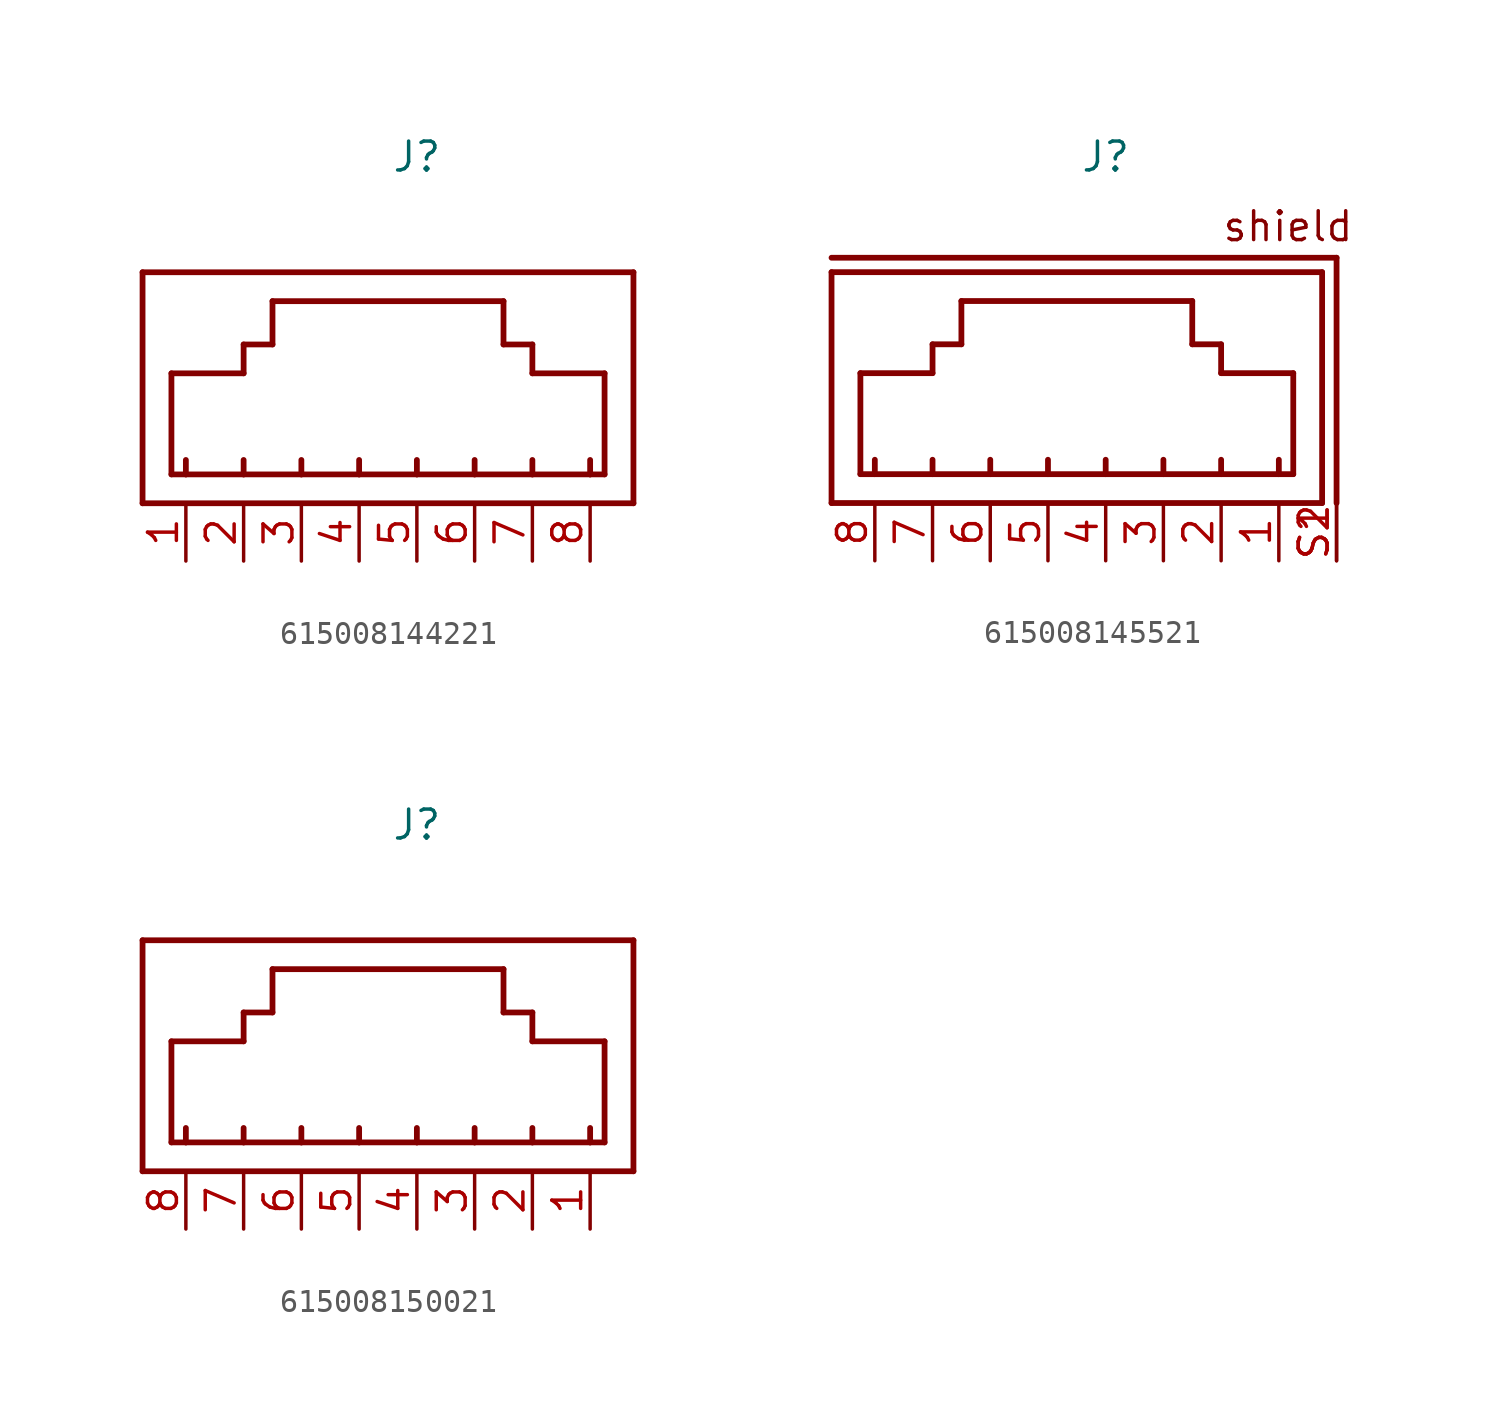
<source format=kicad_sym>
(kicad_symbol_lib
  (version 20241209)
  (generator "kicad_symbol_editor")
  (generator_version "9.0")
  (symbol "615008144221"
    (pin_names
      (hide yes))
    (property "Reference" "J"
      (at 0 10.16 0)
      (effects (font (size 1.27 1.27))))
    (symbol "615008144221_1_0"
      (polyline (pts (xy -12.065 5.08) (xy 9.525 5.08)) (stroke (width 0.254) (type solid)) (fill (type none)))
      (polyline (pts (xy -12.065 -5.08) (xy -12.065 5.08)) (stroke (width 0.254) (type solid)) (fill (type none)))
      (polyline (pts (xy -10.795 0.635) (xy -7.62 0.635)) (stroke (width 0.254) (type solid)) (fill (type none)))
      (polyline (pts (xy -10.795 -3.81) (xy -10.795 0.635)) (stroke (width 0.254) (type solid)) (fill (type none)))
      (polyline (pts (xy -10.16 -3.81) (xy -10.795 -3.81)) (stroke (width 0.254) (type solid)) (fill (type none)))
      (polyline (pts (xy -10.16 -3.81) (xy -10.16 -3.175)) (stroke (width 0.254) (type solid)) (fill (type none)))
      (polyline (pts (xy -7.62 1.905) (xy -6.35 1.905)) (stroke (width 0.254) (type solid)) (fill (type none)))
      (polyline (pts (xy -7.62 0.635) (xy -7.62 1.905)) (stroke (width 0.254) (type solid)) (fill (type none)))
      (polyline (pts (xy -7.62 -3.81) (xy -10.16 -3.81)) (stroke (width 0.254) (type solid)) (fill (type none)))
      (polyline (pts (xy -7.62 -3.81) (xy -7.62 -3.175)) (stroke (width 0.254) (type solid)) (fill (type none)))
      (polyline (pts (xy -6.35 3.81) (xy 3.81 3.81)) (stroke (width 0.254) (type solid)) (fill (type none)))
      (polyline (pts (xy -6.35 1.905) (xy -6.35 3.81)) (stroke (width 0.254) (type solid)) (fill (type none)))
      (polyline (pts (xy -5.08 -3.81) (xy -7.62 -3.81)) (stroke (width 0.254) (type solid)) (fill (type none)))
      (polyline (pts (xy -5.08 -3.81) (xy -5.08 -3.175)) (stroke (width 0.254) (type solid)) (fill (type none)))
      (polyline (pts (xy -2.54 -3.81) (xy -5.08 -3.81)) (stroke (width 0.254) (type solid)) (fill (type none)))
      (polyline (pts (xy -2.54 -3.81) (xy -2.54 -3.175)) (stroke (width 0.254) (type solid)) (fill (type none)))
      (polyline (pts (xy 0 -3.81) (xy -2.54 -3.81)) (stroke (width 0.254) (type solid)) (fill (type none)))
      (polyline (pts (xy 0 -3.81) (xy 0 -3.175)) (stroke (width 0.254) (type solid)) (fill (type none)))
      (polyline (pts (xy 2.54 -3.175) (xy 2.54 -3.81)) (stroke (width 0.254) (type solid)) (fill (type none)))
      (polyline (pts (xy 2.54 -3.81) (xy 0 -3.81)) (stroke (width 0.254) (type solid)) (fill (type none)))
      (polyline (pts (xy 3.81 1.905) (xy 3.81 3.81)) (stroke (width 0.254) (type solid)) (fill (type none)))
      (polyline (pts (xy 5.08 1.905) (xy 3.81 1.905)) (stroke (width 0.254) (type solid)) (fill (type none)))
      (polyline (pts (xy 5.08 0.635) (xy 5.08 1.905)) (stroke (width 0.254) (type solid)) (fill (type none)))
      (polyline (pts (xy 5.08 -3.175) (xy 5.08 -3.81)) (stroke (width 0.254) (type solid)) (fill (type none)))
      (polyline (pts (xy 5.08 -3.81) (xy 2.54 -3.81)) (stroke (width 0.254) (type solid)) (fill (type none)))
      (polyline (pts (xy 7.62 -3.175) (xy 7.62 -3.81)) (stroke (width 0.254) (type solid)) (fill (type none)))
      (polyline (pts (xy 7.62 -3.81) (xy 5.08 -3.81)) (stroke (width 0.254) (type solid)) (fill (type none)))
      (polyline (pts (xy 8.255 0.635) (xy 5.08 0.635)) (stroke (width 0.254) (type solid)) (fill (type none)))
      (polyline (pts (xy 8.255 0.635) (xy 8.255 -3.81)) (stroke (width 0.254) (type solid)) (fill (type none)))
      (polyline (pts (xy 8.255 -3.81) (xy 7.62 -3.81)) (stroke (width 0.254) (type solid)) (fill (type none)))
      (polyline (pts (xy 9.525 5.08) (xy 9.525 -5.08)) (stroke (width 0.254) (type solid)) (fill (type none)))
      (polyline (pts (xy 9.525 -5.08) (xy -12.065 -5.08)) (stroke (width 0.254) (type solid)) (fill (type none)))
      (pin passive line (at -10.16 -7.62 90) (length 2.54) (name "1" (effects (font (size 1.27 1.27)))) (number "1" (effects (font (size 1.27 1.27)))))
      (pin passive line (at -7.62 -7.62 90) (length 2.54) (name "2" (effects (font (size 1.27 1.27)))) (number "2" (effects (font (size 1.27 1.27)))))
      (pin passive line (at -5.08 -7.62 90) (length 2.54) (name "3" (effects (font (size 1.27 1.27)))) (number "3" (effects (font (size 1.27 1.27)))))
      (pin passive line (at -2.54 -7.62 90) (length 2.54) (name "4" (effects (font (size 1.27 1.27)))) (number "4" (effects (font (size 1.27 1.27)))))
      (pin passive line (at 0 -7.62 90) (length 2.54) (name "5" (effects (font (size 1.27 1.27)))) (number "5" (effects (font (size 1.27 1.27)))))
      (pin passive line (at 2.54 -7.62 90) (length 2.54) (name "6" (effects (font (size 1.27 1.27)))) (number "6" (effects (font (size 1.27 1.27)))))
      (pin passive line (at 5.08 -7.62 90) (length 2.54) (name "7" (effects (font (size 1.27 1.27)))) (number "7" (effects (font (size 1.27 1.27)))))
      (pin passive line (at 7.62 -7.62 90) (length 2.54) (name "8" (effects (font (size 1.27 1.27)))) (number "8" (effects (font (size 1.27 1.27)))))))
  (symbol "615008145521"
    (pin_names
      (hide yes))
    (property "Reference" "J"
      (at 0 10.16 0)
      (effects (font (size 1.27 1.27))))
    (symbol "615008145521_1_0"
      (polyline (pts (xy -12.065 5.715) (xy 10.16 5.715)) (stroke (width 0.254) (type solid)) (fill (type none)))
      (polyline (pts (xy -12.065 5.08) (xy 9.525 5.08)) (stroke (width 0.254) (type solid)) (fill (type none)))
      (polyline (pts (xy -12.065 -5.08) (xy -12.065 5.08)) (stroke (width 0.254) (type solid)) (fill (type none)))
      (polyline (pts (xy -10.795 0.635) (xy -7.62 0.635)) (stroke (width 0.254) (type solid)) (fill (type none)))
      (polyline (pts (xy -10.795 -3.81) (xy -10.795 0.635)) (stroke (width 0.254) (type solid)) (fill (type none)))
      (polyline (pts (xy -10.16 -3.81) (xy -10.795 -3.81)) (stroke (width 0.254) (type solid)) (fill (type none)))
      (polyline (pts (xy -10.16 -3.81) (xy -10.16 -3.175)) (stroke (width 0.254) (type solid)) (fill (type none)))
      (polyline (pts (xy -7.62 1.905) (xy -6.35 1.905)) (stroke (width 0.254) (type solid)) (fill (type none)))
      (polyline (pts (xy -7.62 0.635) (xy -7.62 1.905)) (stroke (width 0.254) (type solid)) (fill (type none)))
      (polyline (pts (xy -7.62 -3.81) (xy -10.16 -3.81)) (stroke (width 0.254) (type solid)) (fill (type none)))
      (polyline (pts (xy -7.62 -3.81) (xy -7.62 -3.175)) (stroke (width 0.254) (type solid)) (fill (type none)))
      (polyline (pts (xy -6.35 3.81) (xy 3.81 3.81)) (stroke (width 0.254) (type solid)) (fill (type none)))
      (polyline (pts (xy -6.35 1.905) (xy -6.35 3.81)) (stroke (width 0.254) (type solid)) (fill (type none)))
      (polyline (pts (xy -5.08 -3.81) (xy -7.62 -3.81)) (stroke (width 0.254) (type solid)) (fill (type none)))
      (polyline (pts (xy -5.08 -3.81) (xy -5.08 -3.175)) (stroke (width 0.254) (type solid)) (fill (type none)))
      (polyline (pts (xy -2.54 -3.81) (xy -5.08 -3.81)) (stroke (width 0.254) (type solid)) (fill (type none)))
      (polyline (pts (xy -2.54 -3.81) (xy -2.54 -3.175)) (stroke (width 0.254) (type solid)) (fill (type none)))
      (polyline (pts (xy 0 -3.81) (xy -2.54 -3.81)) (stroke (width 0.254) (type solid)) (fill (type none)))
      (polyline (pts (xy 0 -3.81) (xy 0 -3.175)) (stroke (width 0.254) (type solid)) (fill (type none)))
      (polyline (pts (xy 2.54 -3.81) (xy 0 -3.81)) (stroke (width 0.254) (type solid)) (fill (type none)))
      (polyline (pts (xy 2.54 -3.81) (xy 2.54 -3.175)) (stroke (width 0.254) (type solid)) (fill (type none)))
      (polyline (pts (xy 3.81 1.905) (xy 3.81 3.81)) (stroke (width 0.254) (type solid)) (fill (type none)))
      (polyline (pts (xy 5.08 1.905) (xy 3.81 1.905)) (stroke (width 0.254) (type solid)) (fill (type none)))
      (polyline (pts (xy 5.08 0.635) (xy 5.08 1.905)) (stroke (width 0.254) (type solid)) (fill (type none)))
      (polyline (pts (xy 5.08 -3.81) (xy 2.54 -3.81)) (stroke (width 0.254) (type solid)) (fill (type none)))
      (polyline (pts (xy 5.08 -3.81) (xy 5.08 -3.175)) (stroke (width 0.254) (type solid)) (fill (type none)))
      (polyline (pts (xy 7.62 -3.81) (xy 5.08 -3.81)) (stroke (width 0.254) (type solid)) (fill (type none)))
      (polyline (pts (xy 7.62 -3.81) (xy 7.62 -3.175)) (stroke (width 0.254) (type solid)) (fill (type none)))
      (polyline (pts (xy 8.255 0.635) (xy 5.08 0.635)) (stroke (width 0.254) (type solid)) (fill (type none)))
      (polyline (pts (xy 8.255 0.635) (xy 8.255 -3.81)) (stroke (width 0.254) (type solid)) (fill (type none)))
      (polyline (pts (xy 8.255 -3.81) (xy 7.62 -3.81)) (stroke (width 0.254) (type solid)) (fill (type none)))
      (polyline (pts (xy 9.525 5.08) (xy 9.525 -5.08)) (stroke (width 0.254) (type solid)) (fill (type none)))
      (polyline (pts (xy 9.525 -5.08) (xy -12.065 -5.08)) (stroke (width 0.254) (type solid)) (fill (type none)))
      (polyline (pts (xy 10.16 5.715) (xy 10.16 -5.08)) (stroke (width 0.254) (type solid)) (fill (type none)))
      (pin passive line (at -10.16 -7.62 90) (length 2.54) (name "8" (effects (font (size 1.27 1.27)))) (number "8" (effects (font (size 1.27 1.27)))))
      (pin passive line (at -7.62 -7.62 90) (length 2.54) (name "7" (effects (font (size 1.27 1.27)))) (number "7" (effects (font (size 1.27 1.27)))))
      (pin passive line (at -5.08 -7.62 90) (length 2.54) (name "6" (effects (font (size 1.27 1.27)))) (number "6" (effects (font (size 1.27 1.27)))))
      (pin passive line (at -2.54 -7.62 90) (length 2.54) (name "5" (effects (font (size 1.27 1.27)))) (number "5" (effects (font (size 1.27 1.27)))))
      (pin passive line (at 0 -7.62 90) (length 2.54) (name "4" (effects (font (size 1.27 1.27)))) (number "4" (effects (font (size 1.27 1.27)))))
      (pin passive line (at 2.54 -7.62 90) (length 2.54) (name "3" (effects (font (size 1.27 1.27)))) (number "3" (effects (font (size 1.27 1.27)))))
      (pin passive line (at 5.08 -7.62 90) (length 2.54) (name "2" (effects (font (size 1.27 1.27)))) (number "2" (effects (font (size 1.27 1.27)))))
      (pin passive line (at 7.62 -7.62 90) (length 2.54) (name "1" (effects (font (size 1.27 1.27)))) (number "1" (effects (font (size 1.27 1.27)))))
      (pin passive line (at 10.16 -7.62 90) (length 2.54) (name "SHIELD" (effects (font (size 1.27 1.27)))) (number "S1" (effects (font (size 1.27 1.27)))))
      (pin passive line (at 10.16 -7.62 90) (length 2.54) (name "SHIELD" (effects (font (size 1.27 1.27)))) (number "S2" (effects (font (size 1.27 1.27))))))
    (symbol "615008145521_1_1"
      (text "shield" (at 5.08 6.35 0) (effects (font (size 1.27 1.27)) (justify left bottom)))))
  (symbol "615008150021"
    (pin_names
      (hide yes))
    (property "Reference" "J"
      (at 0 10.16 0)
      (effects (font (size 1.27 1.27))))
    (symbol "615008150021_1_0"
      (polyline (pts (xy -12.065 5.08) (xy 9.525 5.08)) (stroke (width 0.254) (type solid)) (fill (type none)))
      (polyline (pts (xy -12.065 -5.08) (xy -12.065 5.08)) (stroke (width 0.254) (type solid)) (fill (type none)))
      (polyline (pts (xy -10.795 0.635) (xy -7.62 0.635)) (stroke (width 0.254) (type solid)) (fill (type none)))
      (polyline (pts (xy -10.795 -3.81) (xy -10.795 0.635)) (stroke (width 0.254) (type solid)) (fill (type none)))
      (polyline (pts (xy -10.16 -3.81) (xy -10.795 -3.81)) (stroke (width 0.254) (type solid)) (fill (type none)))
      (polyline (pts (xy -10.16 -3.81) (xy -10.16 -3.175)) (stroke (width 0.254) (type solid)) (fill (type none)))
      (polyline (pts (xy -7.62 1.905) (xy -6.35 1.905)) (stroke (width 0.254) (type solid)) (fill (type none)))
      (polyline (pts (xy -7.62 0.635) (xy -7.62 1.905)) (stroke (width 0.254) (type solid)) (fill (type none)))
      (polyline (pts (xy -7.62 -3.81) (xy -10.16 -3.81)) (stroke (width 0.254) (type solid)) (fill (type none)))
      (polyline (pts (xy -7.62 -3.81) (xy -7.62 -3.175)) (stroke (width 0.254) (type solid)) (fill (type none)))
      (polyline (pts (xy -6.35 3.81) (xy 3.81 3.81)) (stroke (width 0.254) (type solid)) (fill (type none)))
      (polyline (pts (xy -6.35 1.905) (xy -6.35 3.81)) (stroke (width 0.254) (type solid)) (fill (type none)))
      (polyline (pts (xy -5.08 -3.81) (xy -7.62 -3.81)) (stroke (width 0.254) (type solid)) (fill (type none)))
      (polyline (pts (xy -5.08 -3.81) (xy -5.08 -3.175)) (stroke (width 0.254) (type solid)) (fill (type none)))
      (polyline (pts (xy -2.54 -3.81) (xy -5.08 -3.81)) (stroke (width 0.254) (type solid)) (fill (type none)))
      (polyline (pts (xy -2.54 -3.81) (xy -2.54 -3.175)) (stroke (width 0.254) (type solid)) (fill (type none)))
      (polyline (pts (xy 0 -3.81) (xy -2.54 -3.81)) (stroke (width 0.254) (type solid)) (fill (type none)))
      (polyline (pts (xy 0 -3.81) (xy 0 -3.175)) (stroke (width 0.254) (type solid)) (fill (type none)))
      (polyline (pts (xy 2.54 -3.175) (xy 2.54 -3.81)) (stroke (width 0.254) (type solid)) (fill (type none)))
      (polyline (pts (xy 2.54 -3.81) (xy 0 -3.81)) (stroke (width 0.254) (type solid)) (fill (type none)))
      (polyline (pts (xy 3.81 1.905) (xy 3.81 3.81)) (stroke (width 0.254) (type solid)) (fill (type none)))
      (polyline (pts (xy 5.08 1.905) (xy 3.81 1.905)) (stroke (width 0.254) (type solid)) (fill (type none)))
      (polyline (pts (xy 5.08 0.635) (xy 5.08 1.905)) (stroke (width 0.254) (type solid)) (fill (type none)))
      (polyline (pts (xy 5.08 -3.175) (xy 5.08 -3.81)) (stroke (width 0.254) (type solid)) (fill (type none)))
      (polyline (pts (xy 5.08 -3.81) (xy 2.54 -3.81)) (stroke (width 0.254) (type solid)) (fill (type none)))
      (polyline (pts (xy 7.62 -3.175) (xy 7.62 -3.81)) (stroke (width 0.254) (type solid)) (fill (type none)))
      (polyline (pts (xy 7.62 -3.81) (xy 5.08 -3.81)) (stroke (width 0.254) (type solid)) (fill (type none)))
      (polyline (pts (xy 8.255 0.635) (xy 5.08 0.635)) (stroke (width 0.254) (type solid)) (fill (type none)))
      (polyline (pts (xy 8.255 0.635) (xy 8.255 -3.81)) (stroke (width 0.254) (type solid)) (fill (type none)))
      (polyline (pts (xy 8.255 -3.81) (xy 7.62 -3.81)) (stroke (width 0.254) (type solid)) (fill (type none)))
      (polyline (pts (xy 9.525 5.08) (xy 9.525 -5.08)) (stroke (width 0.254) (type solid)) (fill (type none)))
      (polyline (pts (xy 9.525 -5.08) (xy -12.065 -5.08)) (stroke (width 0.254) (type solid)) (fill (type none)))
      (pin passive line (at -10.16 -7.62 90) (length 2.54) (name "8" (effects (font (size 1.27 1.27)))) (number "8" (effects (font (size 1.27 1.27)))))
      (pin passive line (at -7.62 -7.62 90) (length 2.54) (name "7" (effects (font (size 1.27 1.27)))) (number "7" (effects (font (size 1.27 1.27)))))
      (pin passive line (at -5.08 -7.62 90) (length 2.54) (name "6" (effects (font (size 1.27 1.27)))) (number "6" (effects (font (size 1.27 1.27)))))
      (pin passive line (at -2.54 -7.62 90) (length 2.54) (name "5" (effects (font (size 1.27 1.27)))) (number "5" (effects (font (size 1.27 1.27)))))
      (pin passive line (at 0 -7.62 90) (length 2.54) (name "4" (effects (font (size 1.27 1.27)))) (number "4" (effects (font (size 1.27 1.27)))))
      (pin passive line (at 2.54 -7.62 90) (length 2.54) (name "3" (effects (font (size 1.27 1.27)))) (number "3" (effects (font (size 1.27 1.27)))))
      (pin passive line (at 5.08 -7.62 90) (length 2.54) (name "2" (effects (font (size 1.27 1.27)))) (number "2" (effects (font (size 1.27 1.27)))))
      (pin passive line (at 7.62 -7.62 90) (length 2.54) (name "1" (effects (font (size 1.27 1.27)))) (number "1" (effects (font (size 1.27 1.27))))))))
</source>
